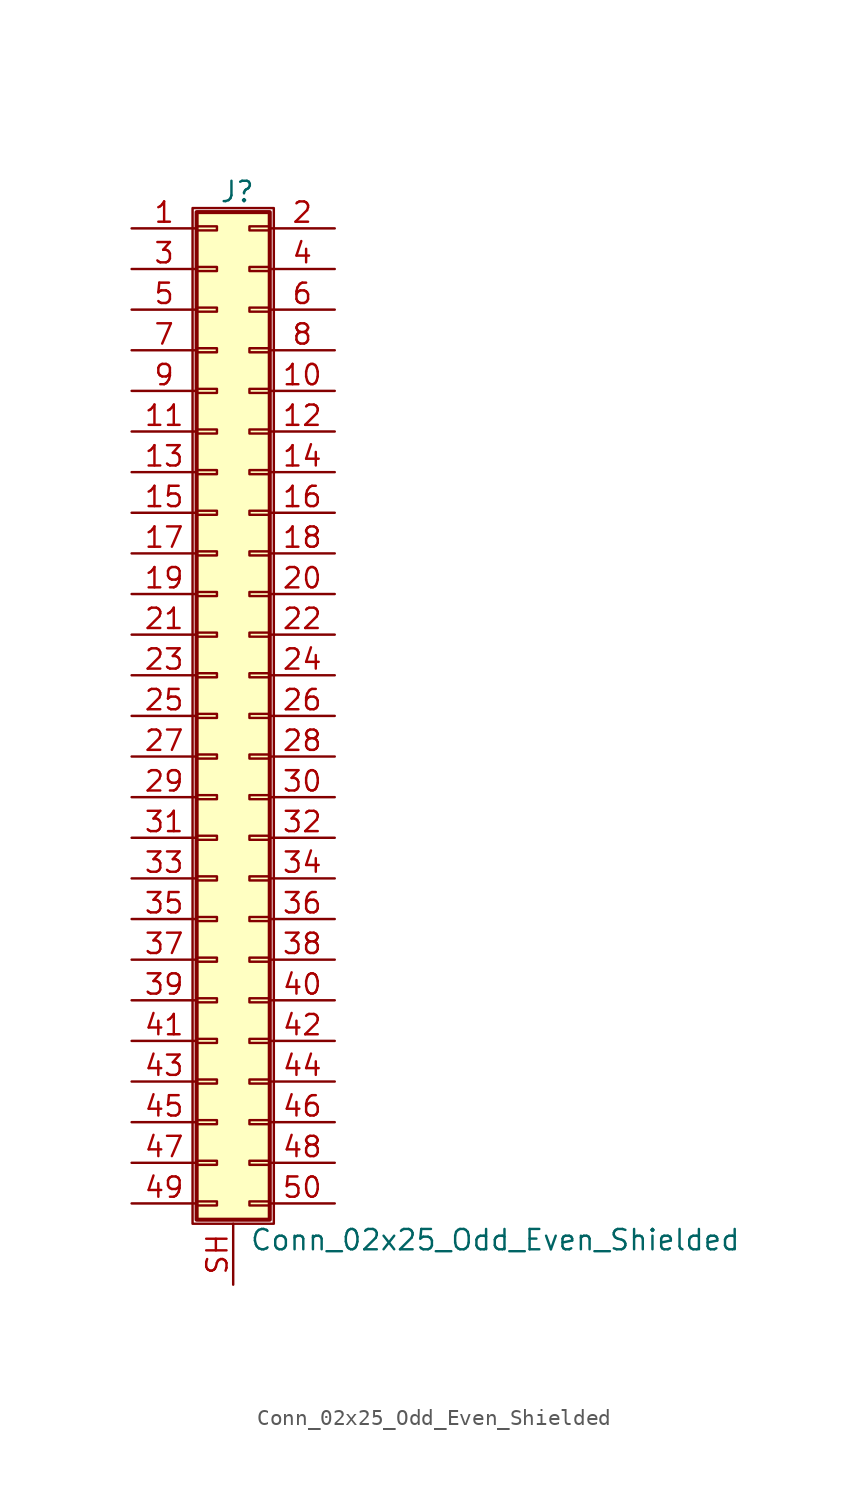
<source format=kicad_sym>
(kicad_symbol_lib
  (version 20211014)
  (generator kicad_symbol_editor)
  (symbol "Conn_02x25_Odd_Even_Shielded"
    (pin_names
      (offset 1.016) hide)
    (property "Reference" "J"
      (at 1.524 32.766 0)
      (effects (font (size 1.27 1.27))))
    (property "Value" "Conn_02x25_Odd_Even_Shielded"
      (at 2.286 -32.766 0)
      (effects (font (size 1.27 1.27)) (justify left)))
    (symbol "Conn_02x25_Odd_Even_Shielded_1_1"
      (rectangle (start -1.27 31.75) (end 3.81 -31.75) (stroke (width 0.152) (type default) (color 0 0 0 0)) (fill (type none)))
      (rectangle (start -1.016 -30.353) (end 0.254 -30.607) (stroke (width 0.152) (type default) (color 0 0 0 0)) (fill (type none)))
      (rectangle (start -1.016 -27.813) (end 0.254 -28.067) (stroke (width 0.152) (type default) (color 0 0 0 0)) (fill (type none)))
      (rectangle (start -1.016 -25.273) (end 0.254 -25.527) (stroke (width 0.152) (type default) (color 0 0 0 0)) (fill (type none)))
      (rectangle (start -1.016 -22.733) (end 0.254 -22.987) (stroke (width 0.152) (type default) (color 0 0 0 0)) (fill (type none)))
      (rectangle (start -1.016 -20.193) (end 0.254 -20.447) (stroke (width 0.152) (type default) (color 0 0 0 0)) (fill (type none)))
      (rectangle (start -1.016 -17.653) (end 0.254 -17.907) (stroke (width 0.152) (type default) (color 0 0 0 0)) (fill (type none)))
      (rectangle (start -1.016 -15.113) (end 0.254 -15.367) (stroke (width 0.152) (type default) (color 0 0 0 0)) (fill (type none)))
      (rectangle (start -1.016 -12.573) (end 0.254 -12.827) (stroke (width 0.152) (type default) (color 0 0 0 0)) (fill (type none)))
      (rectangle (start -1.016 -10.033) (end 0.254 -10.287) (stroke (width 0.152) (type default) (color 0 0 0 0)) (fill (type none)))
      (rectangle (start -1.016 -7.493) (end 0.254 -7.747) (stroke (width 0.152) (type default) (color 0 0 0 0)) (fill (type none)))
      (rectangle (start -1.016 -4.953) (end 0.254 -5.207) (stroke (width 0.152) (type default) (color 0 0 0 0)) (fill (type none)))
      (rectangle (start -1.016 -2.413) (end 0.254 -2.667) (stroke (width 0.152) (type default) (color 0 0 0 0)) (fill (type none)))
      (rectangle (start -1.016 0.127) (end 0.254 -0.127) (stroke (width 0.152) (type default) (color 0 0 0 0)) (fill (type none)))
      (rectangle (start -1.016 2.667) (end 0.254 2.413) (stroke (width 0.152) (type default) (color 0 0 0 0)) (fill (type none)))
      (rectangle (start -1.016 5.207) (end 0.254 4.953) (stroke (width 0.152) (type default) (color 0 0 0 0)) (fill (type none)))
      (rectangle (start -1.016 7.747) (end 0.254 7.493) (stroke (width 0.152) (type default) (color 0 0 0 0)) (fill (type none)))
      (rectangle (start -1.016 10.287) (end 0.254 10.033) (stroke (width 0.152) (type default) (color 0 0 0 0)) (fill (type none)))
      (rectangle (start -1.016 12.827) (end 0.254 12.573) (stroke (width 0.152) (type default) (color 0 0 0 0)) (fill (type none)))
      (rectangle (start -1.016 15.367) (end 0.254 15.113) (stroke (width 0.152) (type default) (color 0 0 0 0)) (fill (type none)))
      (rectangle (start -1.016 17.907) (end 0.254 17.653) (stroke (width 0.152) (type default) (color 0 0 0 0)) (fill (type none)))
      (rectangle (start -1.016 20.447) (end 0.254 20.193) (stroke (width 0.152) (type default) (color 0 0 0 0)) (fill (type none)))
      (rectangle (start -1.016 22.987) (end 0.254 22.733) (stroke (width 0.152) (type default) (color 0 0 0 0)) (fill (type none)))
      (rectangle (start -1.016 25.527) (end 0.254 25.273) (stroke (width 0.152) (type default) (color 0 0 0 0)) (fill (type none)))
      (rectangle (start -1.016 28.067) (end 0.254 27.813) (stroke (width 0.152) (type default) (color 0 0 0 0)) (fill (type none)))
      (rectangle (start -1.016 30.607) (end 0.254 30.353) (stroke (width 0.152) (type default) (color 0 0 0 0)) (fill (type none)))
      (rectangle (start -1.016 31.496) (end 3.556 -31.496) (stroke (width 0.254) (type default) (color 0 0 0 0)) (fill (type background)))
      (rectangle (start 3.556 -30.353) (end 2.286 -30.607) (stroke (width 0.152) (type default) (color 0 0 0 0)) (fill (type none)))
      (rectangle (start 3.556 -27.813) (end 2.286 -28.067) (stroke (width 0.152) (type default) (color 0 0 0 0)) (fill (type none)))
      (rectangle (start 3.556 -25.273) (end 2.286 -25.527) (stroke (width 0.152) (type default) (color 0 0 0 0)) (fill (type none)))
      (rectangle (start 3.556 -22.733) (end 2.286 -22.987) (stroke (width 0.152) (type default) (color 0 0 0 0)) (fill (type none)))
      (rectangle (start 3.556 -20.193) (end 2.286 -20.447) (stroke (width 0.152) (type default) (color 0 0 0 0)) (fill (type none)))
      (rectangle (start 3.556 -17.653) (end 2.286 -17.907) (stroke (width 0.152) (type default) (color 0 0 0 0)) (fill (type none)))
      (rectangle (start 3.556 -15.113) (end 2.286 -15.367) (stroke (width 0.152) (type default) (color 0 0 0 0)) (fill (type none)))
      (rectangle (start 3.556 -12.573) (end 2.286 -12.827) (stroke (width 0.152) (type default) (color 0 0 0 0)) (fill (type none)))
      (rectangle (start 3.556 -10.033) (end 2.286 -10.287) (stroke (width 0.152) (type default) (color 0 0 0 0)) (fill (type none)))
      (rectangle (start 3.556 -7.493) (end 2.286 -7.747) (stroke (width 0.152) (type default) (color 0 0 0 0)) (fill (type none)))
      (rectangle (start 3.556 -4.953) (end 2.286 -5.207) (stroke (width 0.152) (type default) (color 0 0 0 0)) (fill (type none)))
      (rectangle (start 3.556 -2.413) (end 2.286 -2.667) (stroke (width 0.152) (type default) (color 0 0 0 0)) (fill (type none)))
      (rectangle (start 3.556 0.127) (end 2.286 -0.127) (stroke (width 0.152) (type default) (color 0 0 0 0)) (fill (type none)))
      (rectangle (start 3.556 2.667) (end 2.286 2.413) (stroke (width 0.152) (type default) (color 0 0 0 0)) (fill (type none)))
      (rectangle (start 3.556 5.207) (end 2.286 4.953) (stroke (width 0.152) (type default) (color 0 0 0 0)) (fill (type none)))
      (rectangle (start 3.556 7.747) (end 2.286 7.493) (stroke (width 0.152) (type default) (color 0 0 0 0)) (fill (type none)))
      (rectangle (start 3.556 10.287) (end 2.286 10.033) (stroke (width 0.152) (type default) (color 0 0 0 0)) (fill (type none)))
      (rectangle (start 3.556 12.827) (end 2.286 12.573) (stroke (width 0.152) (type default) (color 0 0 0 0)) (fill (type none)))
      (rectangle (start 3.556 15.367) (end 2.286 15.113) (stroke (width 0.152) (type default) (color 0 0 0 0)) (fill (type none)))
      (rectangle (start 3.556 17.907) (end 2.286 17.653) (stroke (width 0.152) (type default) (color 0 0 0 0)) (fill (type none)))
      (rectangle (start 3.556 20.447) (end 2.286 20.193) (stroke (width 0.152) (type default) (color 0 0 0 0)) (fill (type none)))
      (rectangle (start 3.556 22.987) (end 2.286 22.733) (stroke (width 0.152) (type default) (color 0 0 0 0)) (fill (type none)))
      (rectangle (start 3.556 25.527) (end 2.286 25.273) (stroke (width 0.152) (type default) (color 0 0 0 0)) (fill (type none)))
      (rectangle (start 3.556 28.067) (end 2.286 27.813) (stroke (width 0.152) (type default) (color 0 0 0 0)) (fill (type none)))
      (rectangle (start 3.556 30.607) (end 2.286 30.353) (stroke (width 0.152) (type default) (color 0 0 0 0)) (fill (type none)))
      (pin passive line (at -5.08 30.48 0) (length 4.064) (name "Pin_1" (effects (font (size 1.27 1.27)))) (number "1" (effects (font (size 1.27 1.27)))))
      (pin passive line (at 7.62 20.32 180) (length 4.064) (name "Pin_10" (effects (font (size 1.27 1.27)))) (number "10" (effects (font (size 1.27 1.27)))))
      (pin passive line (at -5.08 17.78 0) (length 4.064) (name "Pin_11" (effects (font (size 1.27 1.27)))) (number "11" (effects (font (size 1.27 1.27)))))
      (pin passive line (at 7.62 17.78 180) (length 4.064) (name "Pin_12" (effects (font (size 1.27 1.27)))) (number "12" (effects (font (size 1.27 1.27)))))
      (pin passive line (at -5.08 15.24 0) (length 4.064) (name "Pin_13" (effects (font (size 1.27 1.27)))) (number "13" (effects (font (size 1.27 1.27)))))
      (pin passive line (at 7.62 15.24 180) (length 4.064) (name "Pin_14" (effects (font (size 1.27 1.27)))) (number "14" (effects (font (size 1.27 1.27)))))
      (pin passive line (at -5.08 12.7 0) (length 4.064) (name "Pin_15" (effects (font (size 1.27 1.27)))) (number "15" (effects (font (size 1.27 1.27)))))
      (pin passive line (at 7.62 12.7 180) (length 4.064) (name "Pin_16" (effects (font (size 1.27 1.27)))) (number "16" (effects (font (size 1.27 1.27)))))
      (pin passive line (at -5.08 10.16 0) (length 4.064) (name "Pin_17" (effects (font (size 1.27 1.27)))) (number "17" (effects (font (size 1.27 1.27)))))
      (pin passive line (at 7.62 10.16 180) (length 4.064) (name "Pin_18" (effects (font (size 1.27 1.27)))) (number "18" (effects (font (size 1.27 1.27)))))
      (pin passive line (at -5.08 7.62 0) (length 4.064) (name "Pin_19" (effects (font (size 1.27 1.27)))) (number "19" (effects (font (size 1.27 1.27)))))
      (pin passive line (at 7.62 30.48 180) (length 4.064) (name "Pin_2" (effects (font (size 1.27 1.27)))) (number "2" (effects (font (size 1.27 1.27)))))
      (pin passive line (at 7.62 7.62 180) (length 4.064) (name "Pin_20" (effects (font (size 1.27 1.27)))) (number "20" (effects (font (size 1.27 1.27)))))
      (pin passive line (at -5.08 5.08 0) (length 4.064) (name "Pin_21" (effects (font (size 1.27 1.27)))) (number "21" (effects (font (size 1.27 1.27)))))
      (pin passive line (at 7.62 5.08 180) (length 4.064) (name "Pin_22" (effects (font (size 1.27 1.27)))) (number "22" (effects (font (size 1.27 1.27)))))
      (pin passive line (at -5.08 2.54 0) (length 4.064) (name "Pin_23" (effects (font (size 1.27 1.27)))) (number "23" (effects (font (size 1.27 1.27)))))
      (pin passive line (at 7.62 2.54 180) (length 4.064) (name "Pin_24" (effects (font (size 1.27 1.27)))) (number "24" (effects (font (size 1.27 1.27)))))
      (pin passive line (at -5.08 0 0) (length 4.064) (name "Pin_25" (effects (font (size 1.27 1.27)))) (number "25" (effects (font (size 1.27 1.27)))))
      (pin passive line (at 7.62 0 180) (length 4.064) (name "Pin_26" (effects (font (size 1.27 1.27)))) (number "26" (effects (font (size 1.27 1.27)))))
      (pin passive line (at -5.08 -2.54 0) (length 4.064) (name "Pin_27" (effects (font (size 1.27 1.27)))) (number "27" (effects (font (size 1.27 1.27)))))
      (pin passive line (at 7.62 -2.54 180) (length 4.064) (name "Pin_28" (effects (font (size 1.27 1.27)))) (number "28" (effects (font (size 1.27 1.27)))))
      (pin passive line (at -5.08 -5.08 0) (length 4.064) (name "Pin_29" (effects (font (size 1.27 1.27)))) (number "29" (effects (font (size 1.27 1.27)))))
      (pin passive line (at -5.08 27.94 0) (length 4.064) (name "Pin_3" (effects (font (size 1.27 1.27)))) (number "3" (effects (font (size 1.27 1.27)))))
      (pin passive line (at 7.62 -5.08 180) (length 4.064) (name "Pin_30" (effects (font (size 1.27 1.27)))) (number "30" (effects (font (size 1.27 1.27)))))
      (pin passive line (at -5.08 -7.62 0) (length 4.064) (name "Pin_31" (effects (font (size 1.27 1.27)))) (number "31" (effects (font (size 1.27 1.27)))))
      (pin passive line (at 7.62 -7.62 180) (length 4.064) (name "Pin_32" (effects (font (size 1.27 1.27)))) (number "32" (effects (font (size 1.27 1.27)))))
      (pin passive line (at -5.08 -10.16 0) (length 4.064) (name "Pin_33" (effects (font (size 1.27 1.27)))) (number "33" (effects (font (size 1.27 1.27)))))
      (pin passive line (at 7.62 -10.16 180) (length 4.064) (name "Pin_34" (effects (font (size 1.27 1.27)))) (number "34" (effects (font (size 1.27 1.27)))))
      (pin passive line (at -5.08 -12.7 0) (length 4.064) (name "Pin_35" (effects (font (size 1.27 1.27)))) (number "35" (effects (font (size 1.27 1.27)))))
      (pin passive line (at 7.62 -12.7 180) (length 4.064) (name "Pin_36" (effects (font (size 1.27 1.27)))) (number "36" (effects (font (size 1.27 1.27)))))
      (pin passive line (at -5.08 -15.24 0) (length 4.064) (name "Pin_37" (effects (font (size 1.27 1.27)))) (number "37" (effects (font (size 1.27 1.27)))))
      (pin passive line (at 7.62 -15.24 180) (length 4.064) (name "Pin_38" (effects (font (size 1.27 1.27)))) (number "38" (effects (font (size 1.27 1.27)))))
      (pin passive line (at -5.08 -17.78 0) (length 4.064) (name "Pin_39" (effects (font (size 1.27 1.27)))) (number "39" (effects (font (size 1.27 1.27)))))
      (pin passive line (at 7.62 27.94 180) (length 4.064) (name "Pin_4" (effects (font (size 1.27 1.27)))) (number "4" (effects (font (size 1.27 1.27)))))
      (pin passive line (at 7.62 -17.78 180) (length 4.064) (name "Pin_40" (effects (font (size 1.27 1.27)))) (number "40" (effects (font (size 1.27 1.27)))))
      (pin passive line (at -5.08 -20.32 0) (length 4.064) (name "Pin_41" (effects (font (size 1.27 1.27)))) (number "41" (effects (font (size 1.27 1.27)))))
      (pin passive line (at 7.62 -20.32 180) (length 4.064) (name "Pin_42" (effects (font (size 1.27 1.27)))) (number "42" (effects (font (size 1.27 1.27)))))
      (pin passive line (at -5.08 -22.86 0) (length 4.064) (name "Pin_43" (effects (font (size 1.27 1.27)))) (number "43" (effects (font (size 1.27 1.27)))))
      (pin passive line (at 7.62 -22.86 180) (length 4.064) (name "Pin_44" (effects (font (size 1.27 1.27)))) (number "44" (effects (font (size 1.27 1.27)))))
      (pin passive line (at -5.08 -25.4 0) (length 4.064) (name "Pin_45" (effects (font (size 1.27 1.27)))) (number "45" (effects (font (size 1.27 1.27)))))
      (pin passive line (at 7.62 -25.4 180) (length 4.064) (name "Pin_46" (effects (font (size 1.27 1.27)))) (number "46" (effects (font (size 1.27 1.27)))))
      (pin passive line (at -5.08 -27.94 0) (length 4.064) (name "Pin_47" (effects (font (size 1.27 1.27)))) (number "47" (effects (font (size 1.27 1.27)))))
      (pin passive line (at 7.62 -27.94 180) (length 4.064) (name "Pin_48" (effects (font (size 1.27 1.27)))) (number "48" (effects (font (size 1.27 1.27)))))
      (pin passive line (at -5.08 -30.48 0) (length 4.064) (name "Pin_49" (effects (font (size 1.27 1.27)))) (number "49" (effects (font (size 1.27 1.27)))))
      (pin passive line (at -5.08 25.4 0) (length 4.064) (name "Pin_5" (effects (font (size 1.27 1.27)))) (number "5" (effects (font (size 1.27 1.27)))))
      (pin passive line (at 7.62 -30.48 180) (length 4.064) (name "Pin_50" (effects (font (size 1.27 1.27)))) (number "50" (effects (font (size 1.27 1.27)))))
      (pin passive line (at 7.62 25.4 180) (length 4.064) (name "Pin_6" (effects (font (size 1.27 1.27)))) (number "6" (effects (font (size 1.27 1.27)))))
      (pin passive line (at -5.08 22.86 0) (length 4.064) (name "Pin_7" (effects (font (size 1.27 1.27)))) (number "7" (effects (font (size 1.27 1.27)))))
      (pin passive line (at 7.62 22.86 180) (length 4.064) (name "Pin_8" (effects (font (size 1.27 1.27)))) (number "8" (effects (font (size 1.27 1.27)))))
      (pin passive line (at -5.08 20.32 0) (length 4.064) (name "Pin_9" (effects (font (size 1.27 1.27)))) (number "9" (effects (font (size 1.27 1.27)))))
      (pin passive line (at 1.27 -35.56 90) (length 3.81) (name "Shield" (effects (font (size 1.27 1.27)))) (number "SH" (effects (font (size 1.27 1.27))))))))
</source>
